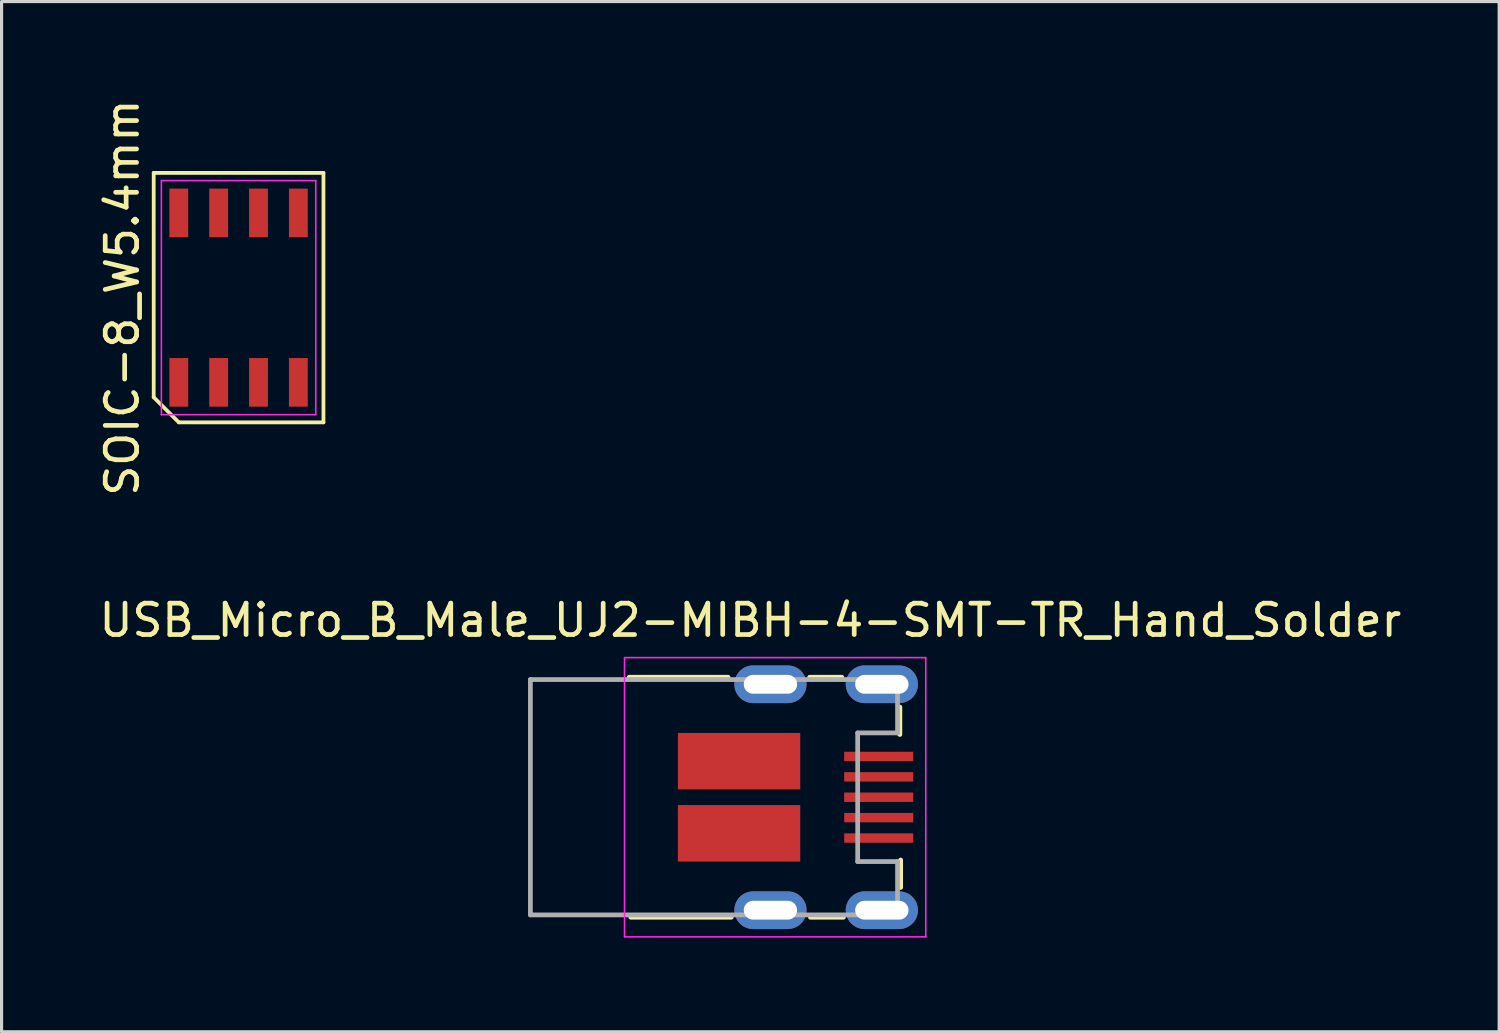
<source format=kicad_pcb>
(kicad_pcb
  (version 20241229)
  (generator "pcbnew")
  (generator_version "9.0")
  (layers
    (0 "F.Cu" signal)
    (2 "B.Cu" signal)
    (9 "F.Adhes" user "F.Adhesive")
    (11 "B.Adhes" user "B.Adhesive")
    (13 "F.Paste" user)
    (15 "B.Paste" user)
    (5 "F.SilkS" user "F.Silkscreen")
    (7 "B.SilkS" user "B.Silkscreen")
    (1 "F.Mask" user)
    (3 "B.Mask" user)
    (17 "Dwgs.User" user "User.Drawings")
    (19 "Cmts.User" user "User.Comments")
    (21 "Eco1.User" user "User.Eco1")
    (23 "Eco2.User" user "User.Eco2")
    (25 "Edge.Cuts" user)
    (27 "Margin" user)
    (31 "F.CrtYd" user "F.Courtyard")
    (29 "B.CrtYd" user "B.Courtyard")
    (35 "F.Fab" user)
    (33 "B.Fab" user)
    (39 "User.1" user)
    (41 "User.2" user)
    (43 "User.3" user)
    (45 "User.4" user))
  (footprint "USB_Micro_B_Male_UJ2-MIBH-4-SMT-TR_Hand_Solder"
    (layer "F.Cu")
    (at 16.853 22.357)
    (property "Reference" "USB_Micro_B_Male_UJ2-MIBH-4-SMT-TR_Hand_Solder" (at 4.01 -5.64 0) (layer "F.SilkS") (effects (font (size 1 1) (thickness 0.15))))
    (attr smd)
    (fp_line (start 0.15 -3.825) (end 3.3 -3.825) (stroke (width 0.15) (type solid)) (layer "F.SilkS"))
    (fp_line (start 3.4 3.825) (end 0.2 3.825) (stroke (width 0.15) (type solid)) (layer "F.SilkS"))
    (fp_line (start 5.9 -3.825) (end 6.925 -3.825) (stroke (width 0.15) (type solid)) (layer "F.SilkS"))
    (fp_line (start 6.975 3.825) (end 5.925 3.825) (stroke (width 0.15) (type solid)) (layer "F.SilkS"))
    (fp_line (start 8.775 -2.875) (end 8.775 -2) (stroke (width 0.15) (type solid)) (layer "F.SilkS"))
    (fp_line (start 8.8 2) (end 8.8 2.875) (stroke (width 0.15) (type solid)) (layer "F.SilkS"))
    (fp_line (start 0 -4.45) (end 0 4.45) (stroke (width 0.05) (type solid)) (layer "F.CrtYd"))
    (fp_line (start 0 -4.45) (end 9.6 -4.45) (stroke (width 0.05) (type solid)) (layer "F.CrtYd"))
    (fp_line (start 0 4.45) (end 9.6 4.45) (stroke (width 0.05) (type solid)) (layer "F.CrtYd"))
    (fp_line (start 9.6 -4.45) (end 9.6 4.45) (stroke (width 0.05) (type solid)) (layer "F.CrtYd"))
    (fp_line (start -3 -3.75) (end -3 3.75) (stroke (width 0.15) (type solid)) (layer "F.Fab"))
    (fp_line (start -3 -3.75) (end 8.7 -3.75) (stroke (width 0.15) (type solid)) (layer "F.Fab"))
    (fp_line (start -3 3.75) (end 8.7 3.75) (stroke (width 0.15) (type solid)) (layer "F.Fab"))
    (fp_line (start 7.43 -2.05) (end 7.43 2.05) (stroke (width 0.15) (type solid)) (layer "F.Fab"))
    (fp_line (start 8.7 -3.75) (end 8.7 -2.05) (stroke (width 0.15) (type solid)) (layer "F.Fab"))
    (fp_line (start 8.7 -2.05) (end 7.43 -2.05) (stroke (width 0.15) (type solid)) (layer "F.Fab"))
    (fp_line (start 8.7 2.05) (end 7.43 2.05) (stroke (width 0.15) (type solid)) (layer "F.Fab"))
    (fp_line (start 8.7 2.05) (end 8.7 3.75) (stroke (width 0.15) (type solid)) (layer "F.Fab"))
    (pad "1" smd rect (at 8.1 -1.3) (size 2.2 0.3) (layers "F.Cu" "F.Mask" "F.Paste"))
    (pad "2" smd rect (at 8.1 -0.65) (size 2.2 0.3) (layers "F.Cu" "F.Mask" "F.Paste"))
    (pad "3" smd rect (at 8.1 0) (size 2.2 0.3) (layers "F.Cu" "F.Mask" "F.Paste"))
    (pad "4" smd rect (at 8.1 0.65) (size 2.2 0.3) (layers "F.Cu" "F.Mask" "F.Paste"))
    (pad "5" smd rect (at 8.1 1.3) (size 2.2 0.3) (layers "F.Cu" "F.Mask" "F.Paste"))
    (pad "SH" smd rect (at 3.65 -1.15) (size 3.9 1.8) (layers "F.Cu" "F.Mask" "F.Paste"))
    (pad "SH" smd rect (at 3.65 1.15) (size 3.9 1.8) (layers "F.Cu" "F.Mask" "F.Paste"))
    (pad "SH" thru_hole oval (at 4.65 -3.6) (size 2.3 1.2) (drill oval 1.7 0.6) (layers "*.Cu" "*.Mask"))
    (pad "SH" thru_hole oval (at 4.65 3.6) (size 2.3 1.2) (drill oval 1.7 0.6) (layers "*.Cu" "*.Mask"))
    (pad "SH" thru_hole oval (at 8.2 -3.6) (size 2.3 1.2) (drill oval 1.7 0.6) (layers "*.Cu" "*.Mask"))
    (pad "SH" thru_hole oval (at 8.2 3.6) (size 2.3 1.2) (drill oval 1.7 0.6) (layers "*.Cu" "*.Mask")))
  (footprint "SOIC-8_W5.4mm"
    (layer "F.Cu")
    (at 4.553 6.435)
    (property "Reference" "SOIC-8_W5.4mm" (at -3.705 0 90) (layer "F.SilkS") (effects (font (size 1 1) (thickness 0.15))))
    (attr smd)
    (fp_line (start -2.705 -3.975) (end 2.705 -3.975) (stroke (width 0.12) (type solid)) (layer "F.SilkS"))
    (fp_line (start -2.705 3.175) (end -2.705 -3.975) (stroke (width 0.12) (type solid)) (layer "F.SilkS"))
    (fp_line (start -1.905 3.975) (end -2.705 3.175) (stroke (width 0.12) (type solid)) (layer "F.SilkS"))
    (fp_line (start 2.705 -3.975) (end 2.705 3.975) (stroke (width 0.12) (type solid)) (layer "F.SilkS"))
    (fp_line (start 2.705 3.975) (end -1.905 3.975) (stroke (width 0.12) (type solid)) (layer "F.SilkS"))
    (fp_line (start -2.46 -3.73) (end 2.46 -3.73) (stroke (width 0.05) (type solid)) (layer "F.CrtYd"))
    (fp_line (start -2.46 3.73) (end -2.46 -3.73) (stroke (width 0.05) (type solid)) (layer "F.CrtYd"))
    (fp_line (start 2.46 -3.73) (end 2.46 3.73) (stroke (width 0.05) (type solid)) (layer "F.CrtYd"))
    (fp_line (start 2.46 3.73) (end -2.46 3.73) (stroke (width 0.05) (type solid)) (layer "F.CrtYd"))
    (pad "1" smd rect (at -1.905 2.7) (size 0.6 1.55) (layers "F.Cu" "F.Mask" "F.Paste"))
    (pad "2" smd rect (at -0.635 2.7) (size 0.6 1.55) (layers "F.Cu" "F.Mask" "F.Paste"))
    (pad "3" smd rect (at 0.635 2.7) (size 0.6 1.55) (layers "F.Cu" "F.Mask" "F.Paste"))
    (pad "4" smd rect (at 1.905 2.7) (size 0.6 1.55) (layers "F.Cu" "F.Mask" "F.Paste"))
    (pad "5" smd rect (at 1.905 -2.7) (size 0.6 1.55) (layers "F.Cu" "F.Mask" "F.Paste"))
    (pad "6" smd rect (at 0.635 -2.7) (size 0.6 1.55) (layers "F.Cu" "F.Mask" "F.Paste"))
    (pad "7" smd rect (at -0.635 -2.7) (size 0.6 1.55) (layers "F.Cu" "F.Mask" "F.Paste"))
    (pad "8" smd rect (at -1.905 -2.7) (size 0.6 1.55) (layers "F.Cu" "F.Mask" "F.Paste")))
  (gr_rect
    (start -3 -3)
    (end 44.726 29.832)
    (stroke (width 0.1) (type default))
    (fill no)
    (layer "Edge.Cuts")))
</source>
